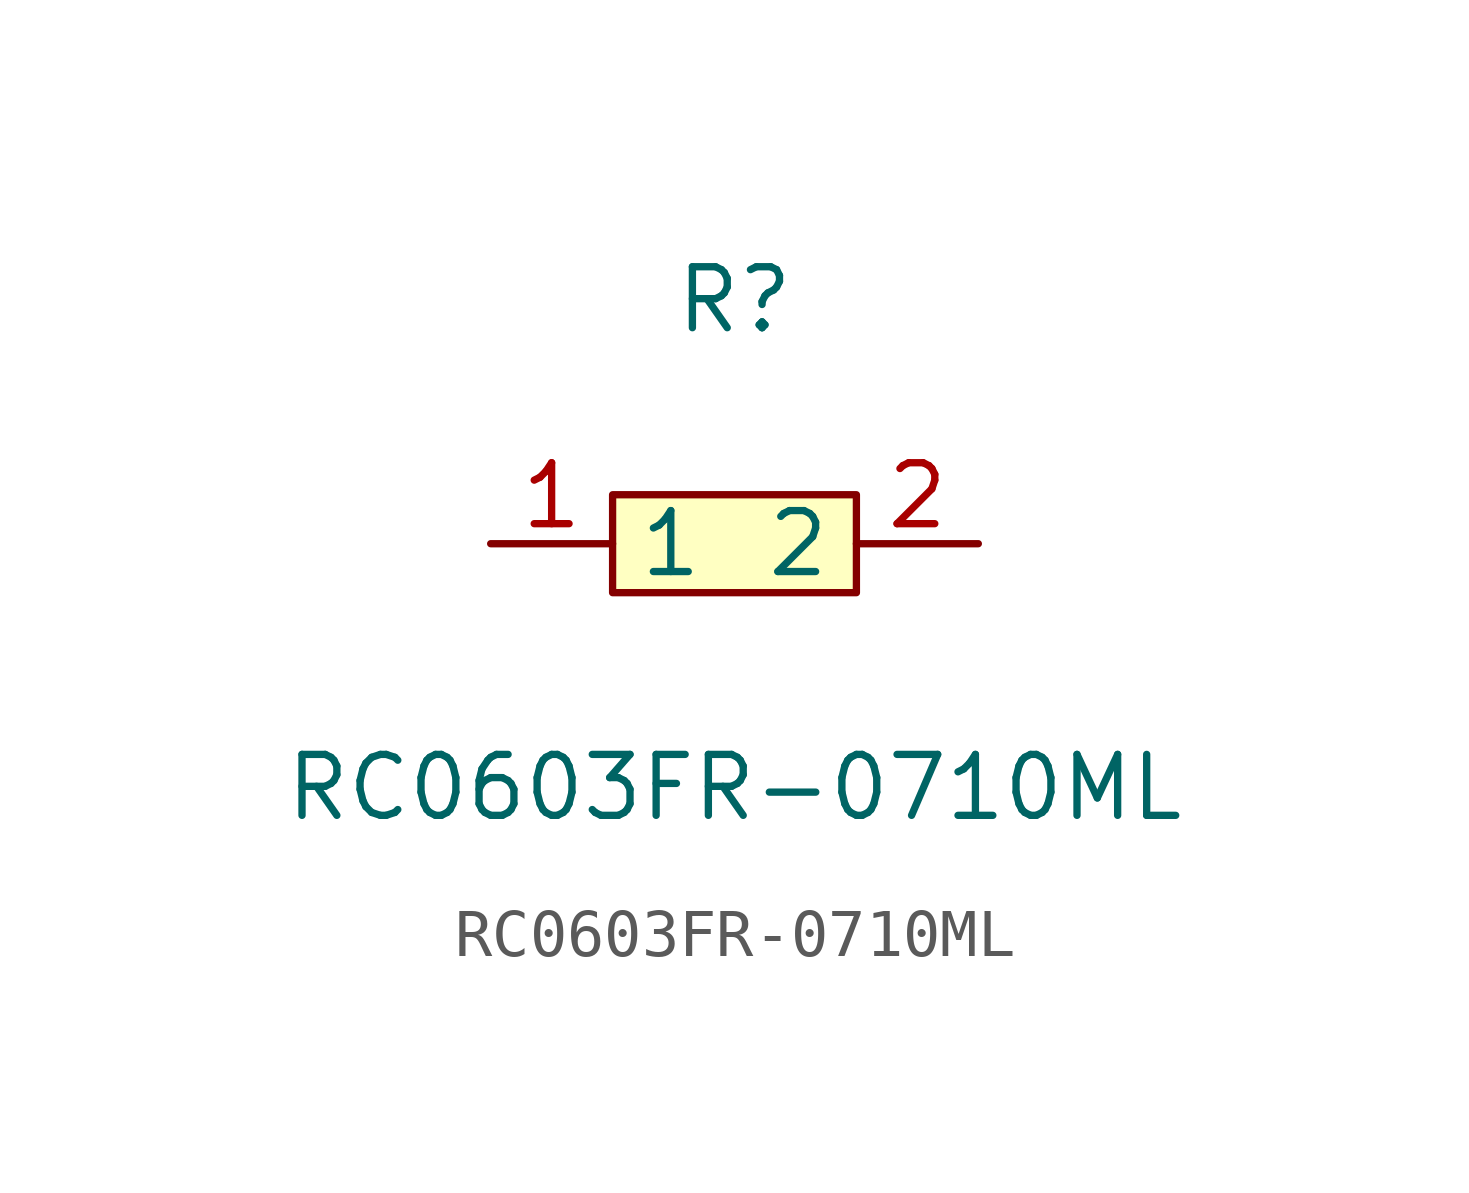
<source format=kicad_sym>
(kicad_symbol_lib
  (version 1)
  (generator "faebryk")
  (symbol "RC0603FR-0710ML"
    (property "Reference" "R"
      (at 0 5.08 0)
      (effects (font (size 1.27 1.27)) (hide no)))
    (property "Value" "RC0603FR-0710ML"
      (at 0 -5.08 0)
      (effects (font (size 1.27 1.27)) (hide no)))
    (symbol "RC0603FR-0710ML_0_1"
      (rectangle (start -2.54 1.02) (end 2.54 -1.02) (stroke (width 0) (type default) (color 0 0 0 0)) (fill (type background)))
      (pin input line (at 5.08 0 180) (length 2.54) (name "2" (effects (font (size 1.27 1.27)) (hide no))) (number "2" (effects (font (size 1.27 1.27)) (hide no))))
      (pin input line (at -5.08 0 0) (length 2.54) (name "1" (effects (font (size 1.27 1.27)) (hide no))) (number "1" (effects (font (size 1.27 1.27)) (hide no)))))))
</source>
